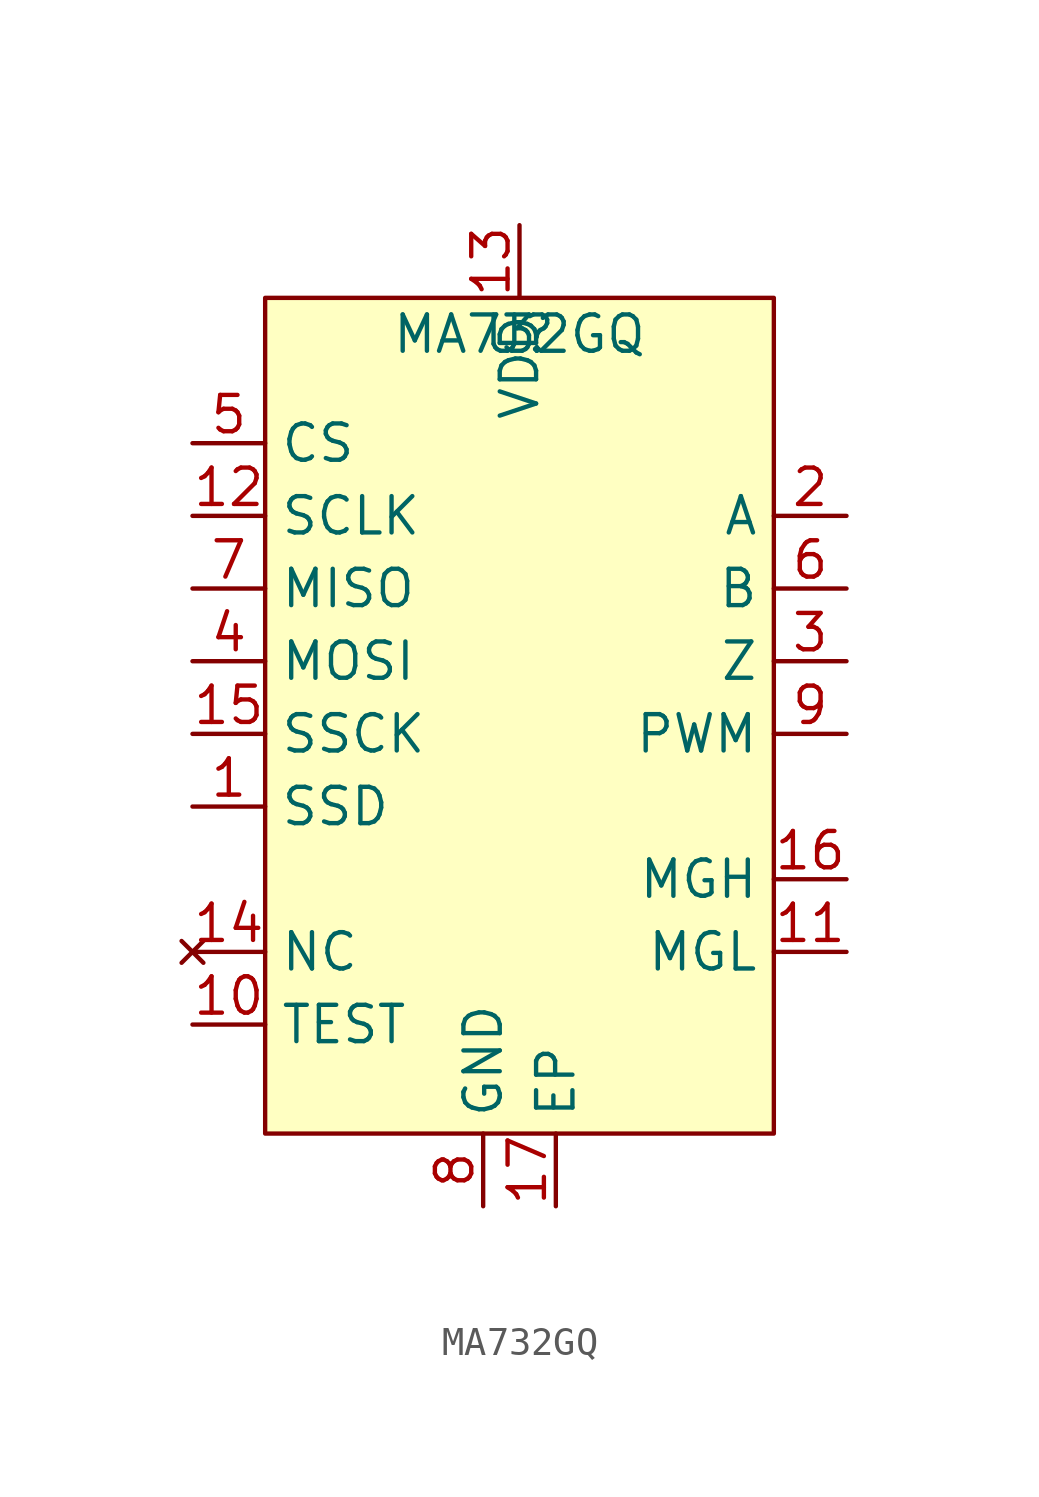
<source format=kicad_sym>
(kicad_symbol_lib
  (version 20231120)
  (generator "kicad_symbol_editor")
  (generator_version "8.0")
  (symbol "MA732GQ"
    (property "Reference" "U"
      (at 0 0 0)
      (effects (font (size 1.27 1.27))))
    (property "Value" "MA732GQ"
      (at 0 0 0)
      (effects (font (size 1.27 1.27))))
    (symbol "MA732GQ_1_1"
      (rectangle (start -8.89 1.27) (end 8.89 -27.94) (stroke (width 0) (type default)) (fill (type background)))
      (pin output line (at -11.43 -16.51 0) (length 2.54) (name "SSD" (effects (font (size 1.27 1.27)))) (number "1" (effects (font (size 1.27 1.27)))))
      (pin input line (at -11.43 -24.13 0) (length 2.54) (name "TEST" (effects (font (size 1.27 1.27)))) (number "10" (effects (font (size 1.27 1.27)))))
      (pin output line (at 11.43 -21.59 180) (length 2.54) (name "MGL" (effects (font (size 1.27 1.27)))) (number "11" (effects (font (size 1.27 1.27)))))
      (pin input line (at -11.43 -6.35 0) (length 2.54) (name "SCLK" (effects (font (size 1.27 1.27)))) (number "12" (effects (font (size 1.27 1.27)))))
      (pin power_in line (at 0 3.81 270) (length 2.54) (name "VDD" (effects (font (size 1.27 1.27)))) (number "13" (effects (font (size 1.27 1.27)))))
      (pin no_connect line (at -11.43 -21.59 0) (length 2.54) (name "NC" (effects (font (size 1.27 1.27)))) (number "14" (effects (font (size 1.27 1.27)))))
      (pin input line (at -11.43 -13.97 0) (length 2.54) (name "SSCK" (effects (font (size 1.27 1.27)))) (number "15" (effects (font (size 1.27 1.27)))))
      (pin output line (at 11.43 -19.05 180) (length 2.54) (name "MGH" (effects (font (size 1.27 1.27)))) (number "16" (effects (font (size 1.27 1.27)))))
      (pin passive line (at 1.27 -30.48 90) (length 2.54) (name "EP" (effects (font (size 1.27 1.27)))) (number "17" (effects (font (size 1.27 1.27)))))
      (pin output line (at 11.43 -6.35 180) (length 2.54) (name "A" (effects (font (size 1.27 1.27)))) (number "2" (effects (font (size 1.27 1.27)))))
      (pin output line (at 11.43 -11.43 180) (length 2.54) (name "Z" (effects (font (size 1.27 1.27)))) (number "3" (effects (font (size 1.27 1.27)))))
      (pin input line (at -11.43 -11.43 0) (length 2.54) (name "MOSI" (effects (font (size 1.27 1.27)))) (number "4" (effects (font (size 1.27 1.27)))))
      (pin input line (at -11.43 -3.81 0) (length 2.54) (name "CS" (effects (font (size 1.27 1.27)))) (number "5" (effects (font (size 1.27 1.27)))))
      (pin output line (at 11.43 -8.89 180) (length 2.54) (name "B" (effects (font (size 1.27 1.27)))) (number "6" (effects (font (size 1.27 1.27)))))
      (pin input line (at -11.43 -8.89 0) (length 2.54) (name "MISO" (effects (font (size 1.27 1.27)))) (number "7" (effects (font (size 1.27 1.27)))))
      (pin passive line (at -1.27 -30.48 90) (length 2.54) (name "GND" (effects (font (size 1.27 1.27)))) (number "8" (effects (font (size 1.27 1.27)))))
      (pin output line (at 11.43 -13.97 180) (length 2.54) (name "PWM" (effects (font (size 1.27 1.27)))) (number "9" (effects (font (size 1.27 1.27))))))))
</source>
